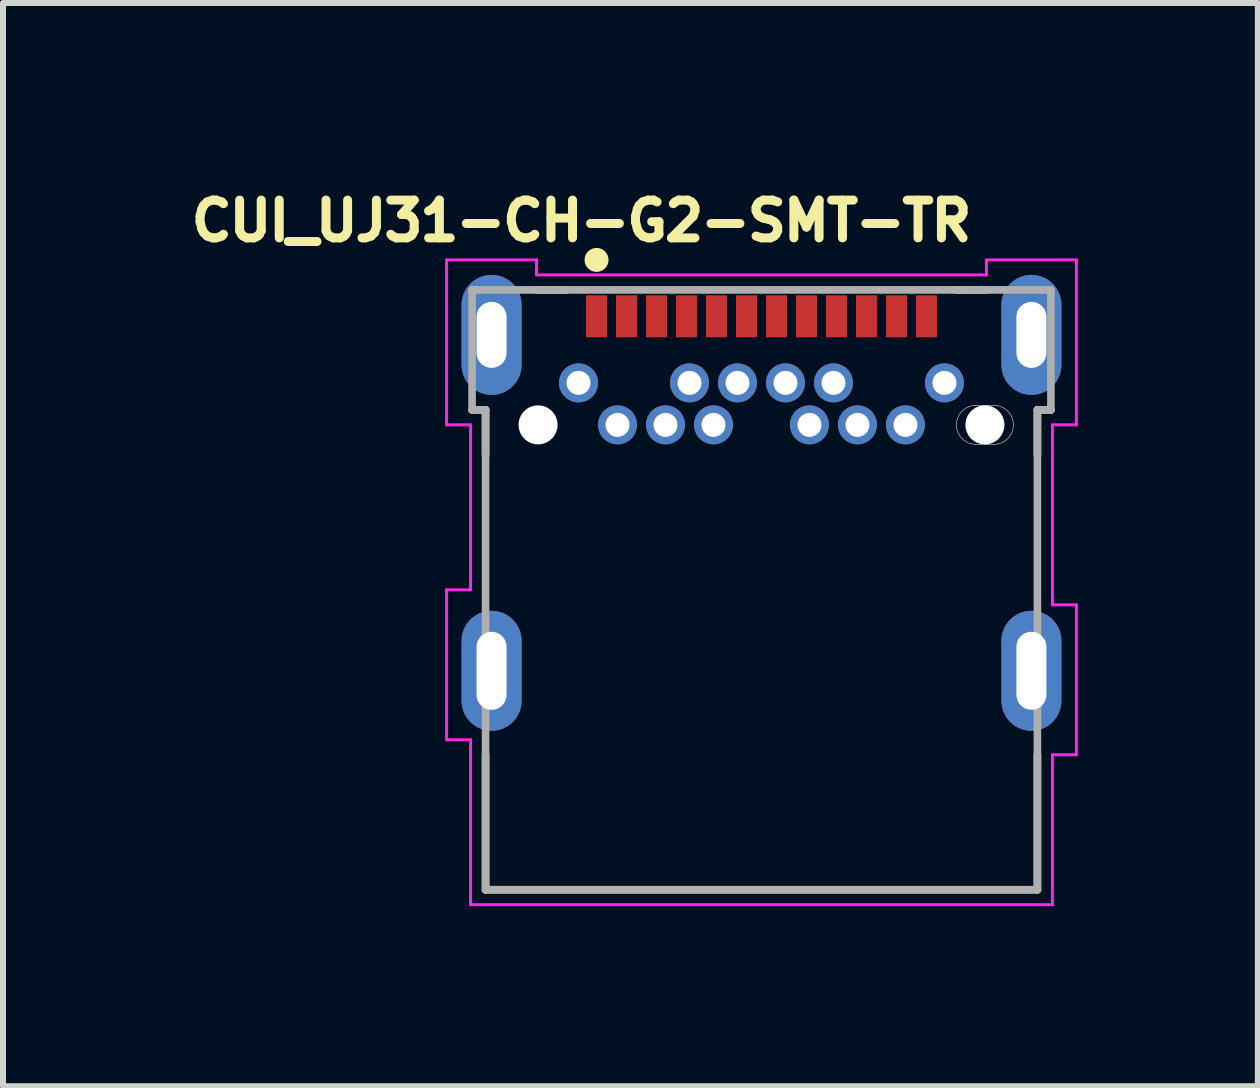
<source format=kicad_pcb>
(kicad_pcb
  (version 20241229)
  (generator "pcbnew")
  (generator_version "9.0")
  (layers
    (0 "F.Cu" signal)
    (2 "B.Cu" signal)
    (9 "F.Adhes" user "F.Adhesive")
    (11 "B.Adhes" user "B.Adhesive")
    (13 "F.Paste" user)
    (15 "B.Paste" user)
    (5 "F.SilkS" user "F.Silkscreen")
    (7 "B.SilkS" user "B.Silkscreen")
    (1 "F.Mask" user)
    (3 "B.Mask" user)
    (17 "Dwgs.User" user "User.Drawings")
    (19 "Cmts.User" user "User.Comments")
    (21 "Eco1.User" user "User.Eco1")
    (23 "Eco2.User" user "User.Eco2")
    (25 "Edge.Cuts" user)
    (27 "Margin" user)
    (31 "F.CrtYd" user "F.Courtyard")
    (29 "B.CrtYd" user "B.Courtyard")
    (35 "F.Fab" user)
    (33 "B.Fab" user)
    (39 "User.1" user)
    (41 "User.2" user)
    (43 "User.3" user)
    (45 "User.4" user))
  (footprint "CUI_UJ31-CH-G2-SMT-TR"
    (layer "F.Cu")
    (at 6.895 2.223)
    (property "Reference" "CUI_UJ31-CH-G2-SMT-TR" (at -0.25 -1.591 0) (layer "F.SilkS") (effects (font (size 0.63 0.63) (thickness 0.15))))
    (attr through_hole)
    (fp_line (start -2.075 1.56) (end -1.85 1.56) (stroke (width 0.127) (type solid)) (layer "F.SilkS"))
    (fp_line (start -1.85 1.56) (end -1.85 2.31) (stroke (width 0.127) (type solid)) (layer "F.SilkS"))
    (fp_line (start -1.85 9.56) (end -1.85 7.31) (stroke (width 0.127) (type solid)) (layer "F.SilkS"))
    (fp_line (start -1 -0.44) (end -0.5 -0.44) (stroke (width 0.127) (type solid)) (layer "F.SilkS"))
    (fp_line (start 6 -0.44) (end 6.5 -0.44) (stroke (width 0.127) (type solid)) (layer "F.SilkS"))
    (fp_line (start 7.35 1.56) (end 7.35 2.31) (stroke (width 0.127) (type solid)) (layer "F.SilkS"))
    (fp_line (start 7.35 7.31) (end 7.35 9.56) (stroke (width 0.127) (type solid)) (layer "F.SilkS"))
    (fp_line (start 7.35 9.56) (end -1.85 9.56) (stroke (width 0.127) (type solid)) (layer "F.SilkS"))
    (fp_line (start 7.575 1.56) (end 7.35 1.56) (stroke (width 0.127) (type solid)) (layer "F.SilkS"))
    (fp_circle (center 0 -0.94) (end 0.1 -0.94) (stroke (width 0.2) (type solid)) (fill no) (layer "F.SilkS"))
    (fp_line (start 6.325 1.485) (end 6.625 1.485) (stroke (width 0.01) (type solid)) (layer "Edge.Cuts"))
    (fp_line (start 6.325 2.135) (end 6.625 2.135) (stroke (width 0.01) (type solid)) (layer "Edge.Cuts"))
    (fp_arc (start 6.325 2.135) (mid 6 1.81) (end 6.325 1.485) (stroke (width 0.01) (type solid)) (layer "Edge.Cuts"))
    (fp_arc (start 6.625 1.485) (mid 6.95 1.81) (end 6.625 2.135) (stroke (width 0.01) (type solid)) (layer "Edge.Cuts"))
    (fp_line (start -2.5 -0.94) (end -1 -0.94) (stroke (width 0.05) (type solid)) (layer "F.CrtYd"))
    (fp_line (start -2.5 1.81) (end -2.5 -0.94) (stroke (width 0.05) (type solid)) (layer "F.CrtYd"))
    (fp_line (start -2.5 4.56) (end -2.1 4.56) (stroke (width 0.05) (type solid)) (layer "F.CrtYd"))
    (fp_line (start -2.5 7.06) (end -2.5 4.56) (stroke (width 0.05) (type solid)) (layer "F.CrtYd"))
    (fp_line (start -2.1 1.81) (end -2.5 1.81) (stroke (width 0.05) (type solid)) (layer "F.CrtYd"))
    (fp_line (start -2.1 4.56) (end -2.1 1.81) (stroke (width 0.05) (type solid)) (layer "F.CrtYd"))
    (fp_line (start -2.1 7.06) (end -2.5 7.06) (stroke (width 0.05) (type solid)) (layer "F.CrtYd"))
    (fp_line (start -2.1 9.81) (end -2.1 7.06) (stroke (width 0.05) (type solid)) (layer "F.CrtYd"))
    (fp_line (start -1 -0.94) (end -1 -0.69) (stroke (width 0.05) (type solid)) (layer "F.CrtYd"))
    (fp_line (start -1 -0.69) (end 6.5 -0.69) (stroke (width 0.05) (type solid)) (layer "F.CrtYd"))
    (fp_line (start 6.5 -0.94) (end 8 -0.94) (stroke (width 0.05) (type solid)) (layer "F.CrtYd"))
    (fp_line (start 6.5 -0.69) (end 6.5 -0.94) (stroke (width 0.05) (type solid)) (layer "F.CrtYd"))
    (fp_line (start 7.6 1.81) (end 7.6 4.81) (stroke (width 0.05) (type solid)) (layer "F.CrtYd"))
    (fp_line (start 7.6 4.81) (end 8 4.81) (stroke (width 0.05) (type solid)) (layer "F.CrtYd"))
    (fp_line (start 7.6 7.31) (end 7.6 9.81) (stroke (width 0.05) (type solid)) (layer "F.CrtYd"))
    (fp_line (start 7.6 9.81) (end -2.1 9.81) (stroke (width 0.05) (type solid)) (layer "F.CrtYd"))
    (fp_line (start 8 -0.94) (end 8 1.81) (stroke (width 0.05) (type solid)) (layer "F.CrtYd"))
    (fp_line (start 8 1.81) (end 7.6 1.81) (stroke (width 0.05) (type solid)) (layer "F.CrtYd"))
    (fp_line (start 8 4.81) (end 8 7.31) (stroke (width 0.05) (type solid)) (layer "F.CrtYd"))
    (fp_line (start 8 7.31) (end 7.6 7.31) (stroke (width 0.05) (type solid)) (layer "F.CrtYd"))
    (fp_line (start -2.075 -0.44) (end 7.575 -0.44) (stroke (width 0.127) (type solid)) (layer "F.Fab"))
    (fp_line (start -2.075 1.56) (end -2.075 -0.44) (stroke (width 0.127) (type solid)) (layer "F.Fab"))
    (fp_line (start -1.85 1.56) (end -2.075 1.56) (stroke (width 0.127) (type solid)) (layer "F.Fab"))
    (fp_line (start -1.85 9.56) (end -1.85 1.56) (stroke (width 0.127) (type solid)) (layer "F.Fab"))
    (fp_line (start 7.35 1.56) (end 7.35 9.56) (stroke (width 0.127) (type solid)) (layer "F.Fab"))
    (fp_line (start 7.35 9.56) (end -1.85 9.56) (stroke (width 0.127) (type solid)) (layer "F.Fab"))
    (fp_line (start 7.575 -0.44) (end 7.575 1.56) (stroke (width 0.127) (type solid)) (layer "F.Fab"))
    (fp_line (start 7.575 1.56) (end 7.35 1.56) (stroke (width 0.127) (type solid)) (layer "F.Fab"))
    (pad "" np_thru_hole circle (at -0.975 1.81) (size 0.65 0.65) (drill 0.65) (layers "*.Cu" "*.Mask"))
    (pad "" np_thru_hole circle (at 6.475 1.81) (size 0.65 0.65) (drill 0.65) (layers "*.Cu" "*.Mask"))
    (pad "A1" smd rect (at 0 0) (size 0.35 0.7) (layers "F.Cu" "F.Mask" "F.Paste"))
    (pad "A2" smd rect (at 0.5 0) (size 0.35 0.7) (layers "F.Cu" "F.Mask" "F.Paste"))
    (pad "A3" smd rect (at 1 0) (size 0.35 0.7) (layers "F.Cu" "F.Mask" "F.Paste"))
    (pad "A4" smd rect (at 1.5 0) (size 0.35 0.7) (layers "F.Cu" "F.Mask" "F.Paste"))
    (pad "A5" smd rect (at 2 0) (size 0.35 0.7) (layers "F.Cu" "F.Mask" "F.Paste"))
    (pad "A6" smd rect (at 2.5 0) (size 0.35 0.7) (layers "F.Cu" "F.Mask" "F.Paste"))
    (pad "A7" smd rect (at 3 0) (size 0.35 0.7) (layers "F.Cu" "F.Mask" "F.Paste"))
    (pad "A8" smd rect (at 3.5 0) (size 0.35 0.7) (layers "F.Cu" "F.Mask" "F.Paste"))
    (pad "A9" smd rect (at 4 0) (size 0.35 0.7) (layers "F.Cu" "F.Mask" "F.Paste"))
    (pad "A10" smd rect (at 4.5 0) (size 0.35 0.7) (layers "F.Cu" "F.Mask" "F.Paste"))
    (pad "A11" smd rect (at 5 0) (size 0.35 0.7) (layers "F.Cu" "F.Mask" "F.Paste"))
    (pad "A12" smd rect (at 5.5 0) (size 0.35 0.7) (layers "F.Cu" "F.Mask" "F.Paste"))
    (pad "B1" thru_hole circle (at 5.8 1.11) (size 0.65 0.65) (drill 0.4) (layers "*.Cu" "*.Mask"))
    (pad "B2" thru_hole circle (at 5.15 1.81) (size 0.65 0.65) (drill 0.4) (layers "*.Cu" "*.Mask"))
    (pad "B3" thru_hole circle (at 4.35 1.81) (size 0.65 0.65) (drill 0.4) (layers "*.Cu" "*.Mask"))
    (pad "B4" thru_hole circle (at 3.95 1.11) (size 0.65 0.65) (drill 0.4) (layers "*.Cu" "*.Mask"))
    (pad "B5" thru_hole circle (at 3.55 1.81) (size 0.65 0.65) (drill 0.4) (layers "*.Cu" "*.Mask"))
    (pad "B6" thru_hole circle (at 3.15 1.11) (size 0.65 0.65) (drill 0.4) (layers "*.Cu" "*.Mask"))
    (pad "B7" thru_hole circle (at 2.35 1.11) (size 0.65 0.65) (drill 0.4) (layers "*.Cu" "*.Mask"))
    (pad "B8" thru_hole circle (at 1.95 1.81) (size 0.65 0.65) (drill 0.4) (layers "*.Cu" "*.Mask"))
    (pad "B9" thru_hole circle (at 1.55 1.11) (size 0.65 0.65) (drill 0.4) (layers "*.Cu" "*.Mask"))
    (pad "B10" thru_hole circle (at 1.15 1.81) (size 0.65 0.65) (drill 0.4) (layers "*.Cu" "*.Mask"))
    (pad "B11" thru_hole circle (at 0.35 1.81) (size 0.65 0.65) (drill 0.4) (layers "*.Cu" "*.Mask"))
    (pad "B12" thru_hole circle (at -0.3 1.11) (size 0.65 0.65) (drill 0.4) (layers "*.Cu" "*.Mask"))
    (pad "SH1" thru_hole oval (at -1.75 0.31) (size 1 2) (drill oval 0.5 1.1) (layers "*.Cu" "*.Mask"))
    (pad "SH2" thru_hole oval (at 7.25 0.31) (size 1 2) (drill oval 0.5 1.1) (layers "*.Cu" "*.Mask"))
    (pad "SH3" thru_hole oval (at -1.75 5.91) (size 1 2) (drill oval 0.5 1.3) (layers "*.Cu" "*.Mask"))
    (pad "SH4" thru_hole oval (at 7.25 5.91) (size 1 2) (drill oval 0.5 1.3) (layers "*.Cu" "*.Mask"))
    (zone (net_name "") (layer "F.Cu") (hatch full 0.508) (connect_pads) (min_thickness 0) (filled_areas_thickness no) (keepout (tracks not_allowed) (vias not_allowed) (pads not_allowed) (copperpour not_allowed) (footprints allowed)) (placement (enabled no)) (fill) (polygon (pts (xy 5.045 4.783) (xy 14.245 4.783) (xy 14.245 6.883) (xy 13.395 6.883) (xy 13.395 9.283) (xy 5.895 9.283) (xy 5.895 6.883) (xy 5.045 6.883))))
    (zone (net_name "") (layer "B.Cu") (hatch full 0.508) (connect_pads) (min_thickness 0) (filled_areas_thickness no) (keepout (tracks not_allowed) (vias not_allowed) (pads not_allowed) (copperpour not_allowed) (footprints allowed)) (placement (enabled no)) (fill) (polygon (pts (xy 5.045 4.783) (xy 14.245 4.783) (xy 14.245 6.883) (xy 13.395 6.883) (xy 13.395 9.283) (xy 5.895 9.283) (xy 5.895 6.883) (xy 5.045 6.883)))))
  (gr_rect
    (start -3 -3)
    (end 17.92 15.058)
    (stroke (width 0.1) (type default))
    (fill no)
    (layer "Edge.Cuts")))
</source>
